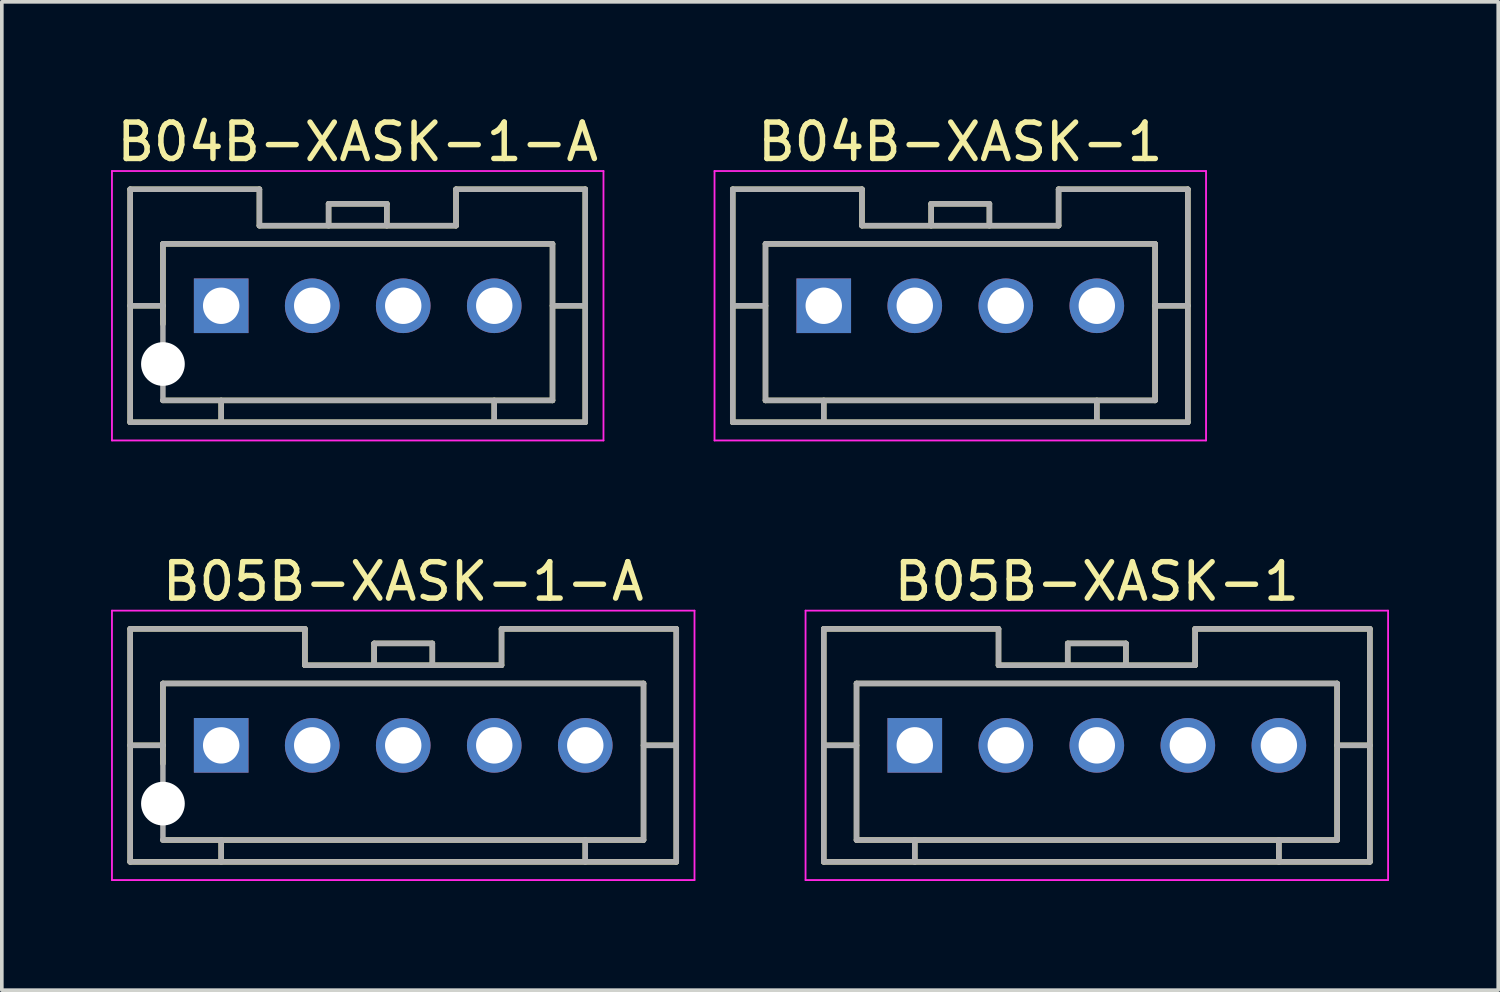
<source format=kicad_pcb>
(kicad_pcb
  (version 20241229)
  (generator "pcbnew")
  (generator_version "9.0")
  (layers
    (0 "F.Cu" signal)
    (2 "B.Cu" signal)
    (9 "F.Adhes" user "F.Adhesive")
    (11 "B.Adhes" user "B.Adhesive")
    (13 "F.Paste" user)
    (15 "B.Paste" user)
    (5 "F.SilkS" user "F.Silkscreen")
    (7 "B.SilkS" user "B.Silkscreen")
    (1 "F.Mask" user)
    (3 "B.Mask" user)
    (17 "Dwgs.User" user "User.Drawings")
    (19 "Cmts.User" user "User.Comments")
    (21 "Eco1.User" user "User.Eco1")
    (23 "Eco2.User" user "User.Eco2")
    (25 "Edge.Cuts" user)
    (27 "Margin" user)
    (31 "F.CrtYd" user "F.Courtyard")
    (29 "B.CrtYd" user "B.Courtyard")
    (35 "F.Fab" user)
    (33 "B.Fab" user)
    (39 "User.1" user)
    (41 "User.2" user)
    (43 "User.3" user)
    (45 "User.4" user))
  (footprint "B05B-XASK-1"
    (layer "F.Cu")
    (at 27.075 17.422)
    (property "Reference" "B05B-XASK-1" (at 0 -4.5 0) (layer "F.SilkS") (effects (font (size 1 1) (thickness 0.15))))
    (attr smd)
    (fp_line (start -7.5 -3.2) (end -7.5 3.2) (stroke (width 0.15) (type solid)) (layer "F.SilkS"))
    (fp_line (start -7.5 -3.2) (end -2.7 -3.2) (stroke (width 0.15) (type solid)) (layer "F.SilkS"))
    (fp_line (start -7.5 0) (end -6.6 0) (stroke (width 0.15) (type solid)) (layer "F.SilkS"))
    (fp_line (start -7.5 3.2) (end 7.5 3.2) (stroke (width 0.15) (type solid)) (layer "F.SilkS"))
    (fp_line (start -6.6 -1.7) (end -6.6 2.6) (stroke (width 0.15) (type solid)) (layer "F.SilkS"))
    (fp_line (start -6.6 -1.7) (end 6.6 -1.7) (stroke (width 0.15) (type solid)) (layer "F.SilkS"))
    (fp_line (start -6.6 2.6) (end 6.6 2.6) (stroke (width 0.15) (type solid)) (layer "F.SilkS"))
    (fp_line (start -5 2.6) (end -5 3.2) (stroke (width 0.15) (type solid)) (layer "F.SilkS"))
    (fp_line (start -2.7 -3.2) (end -2.7 -2.2) (stroke (width 0.15) (type solid)) (layer "F.SilkS"))
    (fp_line (start -2.7 -2.2) (end 2.7 -2.2) (stroke (width 0.15) (type solid)) (layer "F.SilkS"))
    (fp_line (start -0.8 -2.8) (end -0.8 -2.2) (stroke (width 0.15) (type solid)) (layer "F.SilkS"))
    (fp_line (start -0.8 -2.8) (end 0.8 -2.8) (stroke (width 0.15) (type solid)) (layer "F.SilkS"))
    (fp_line (start 0.8 -2.8) (end 0.8 -2.2) (stroke (width 0.15) (type solid)) (layer "F.SilkS"))
    (fp_line (start 2.7 -3.2) (end 2.7 -2.2) (stroke (width 0.15) (type solid)) (layer "F.SilkS"))
    (fp_line (start 2.7 -3.2) (end 7.5 -3.2) (stroke (width 0.15) (type solid)) (layer "F.SilkS"))
    (fp_line (start 5 2.6) (end 5 3.2) (stroke (width 0.15) (type solid)) (layer "F.SilkS"))
    (fp_line (start 6.6 -1.7) (end 6.6 2.6) (stroke (width 0.15) (type solid)) (layer "F.SilkS"))
    (fp_line (start 6.6 0) (end 7.5 0) (stroke (width 0.15) (type solid)) (layer "F.SilkS"))
    (fp_line (start 7.5 -3.2) (end 7.5 3.2) (stroke (width 0.15) (type solid)) (layer "F.SilkS"))
    (fp_line (start -8 -3.7) (end -8 3.7) (stroke (width 0.05) (type solid)) (layer "F.CrtYd"))
    (fp_line (start -8 -3.7) (end 8 -3.7) (stroke (width 0.05) (type solid)) (layer "F.CrtYd"))
    (fp_line (start -8 3.7) (end 8 3.7) (stroke (width 0.05) (type solid)) (layer "F.CrtYd"))
    (fp_line (start 8 -3.7) (end 8 3.7) (stroke (width 0.05) (type solid)) (layer "F.CrtYd"))
    (fp_line (start -7.5 -3.2) (end -7.5 3.2) (stroke (width 0.15) (type solid)) (layer "F.Fab"))
    (fp_line (start -7.5 -3.2) (end -2.7 -3.2) (stroke (width 0.15) (type solid)) (layer "F.Fab"))
    (fp_line (start -7.5 0) (end -6.6 0) (stroke (width 0.15) (type solid)) (layer "F.Fab"))
    (fp_line (start -7.5 3.2) (end 7.5 3.2) (stroke (width 0.15) (type solid)) (layer "F.Fab"))
    (fp_line (start -6.6 -1.7) (end -6.6 2.6) (stroke (width 0.15) (type solid)) (layer "F.Fab"))
    (fp_line (start -6.6 -1.7) (end 6.6 -1.7) (stroke (width 0.15) (type solid)) (layer "F.Fab"))
    (fp_line (start -6.6 2.6) (end 6.6 2.6) (stroke (width 0.15) (type solid)) (layer "F.Fab"))
    (fp_line (start -5 2.6) (end -5 3.2) (stroke (width 0.15) (type solid)) (layer "F.Fab"))
    (fp_line (start -2.7 -3.2) (end -2.7 -2.2) (stroke (width 0.15) (type solid)) (layer "F.Fab"))
    (fp_line (start -2.7 -2.2) (end 2.7 -2.2) (stroke (width 0.15) (type solid)) (layer "F.Fab"))
    (fp_line (start -0.8 -2.8) (end -0.8 -2.2) (stroke (width 0.15) (type solid)) (layer "F.Fab"))
    (fp_line (start -0.8 -2.8) (end 0.8 -2.8) (stroke (width 0.15) (type solid)) (layer "F.Fab"))
    (fp_line (start 0.8 -2.8) (end 0.8 -2.2) (stroke (width 0.15) (type solid)) (layer "F.Fab"))
    (fp_line (start 2.7 -3.2) (end 2.7 -2.2) (stroke (width 0.15) (type solid)) (layer "F.Fab"))
    (fp_line (start 2.7 -3.2) (end 7.5 -3.2) (stroke (width 0.15) (type solid)) (layer "F.Fab"))
    (fp_line (start 5 2.6) (end 5 3.2) (stroke (width 0.15) (type solid)) (layer "F.Fab"))
    (fp_line (start 6.6 -1.7) (end 6.6 2.6) (stroke (width 0.15) (type solid)) (layer "F.Fab"))
    (fp_line (start 6.6 0) (end 7.5 0) (stroke (width 0.15) (type solid)) (layer "F.Fab"))
    (fp_line (start 7.5 -3.2) (end 7.5 3.2) (stroke (width 0.15) (type solid)) (layer "F.Fab"))
    (pad "1" thru_hole rect (at -5 0) (size 1.5 1.5) (drill 1) (layers "*.Cu" "*.Mask"))
    (pad "2" thru_hole circle (at -2.5 0) (size 1.5 1.5) (drill 1) (layers "*.Cu" "*.Mask"))
    (pad "3" thru_hole circle (at 0 0) (size 1.5 1.5) (drill 1) (layers "*.Cu" "*.Mask"))
    (pad "4" thru_hole circle (at 2.5 0) (size 1.5 1.5) (drill 1) (layers "*.Cu" "*.Mask"))
    (pad "5" thru_hole circle (at 5 0) (size 1.5 1.5) (drill 1) (layers "*.Cu" "*.Mask")))
  (footprint "B05B-XASK-1-A"
    (layer "F.Cu")
    (at 8.025 17.422)
    (property "Reference" "B05B-XASK-1-A" (at 0 -4.5 0) (layer "F.SilkS") (effects (font (size 1 1) (thickness 0.15))))
    (attr smd)
    (fp_line (start -7.5 -3.2) (end -7.5 3.2) (stroke (width 0.15) (type solid)) (layer "F.SilkS"))
    (fp_line (start -7.5 -3.2) (end -2.7 -3.2) (stroke (width 0.15) (type solid)) (layer "F.SilkS"))
    (fp_line (start -7.5 0) (end -6.6 0) (stroke (width 0.15) (type solid)) (layer "F.SilkS"))
    (fp_line (start -7.5 3.2) (end 7.5 3.2) (stroke (width 0.15) (type solid)) (layer "F.SilkS"))
    (fp_line (start -6.6 -1.7) (end -6.6 0.5) (stroke (width 0.15) (type solid)) (layer "F.SilkS"))
    (fp_line (start -6.6 -1.7) (end 6.6 -1.7) (stroke (width 0.15) (type solid)) (layer "F.SilkS"))
    (fp_line (start -6.6 2.6) (end 6.6 2.6) (stroke (width 0.15) (type solid)) (layer "F.SilkS"))
    (fp_line (start -5 2.6) (end -5 3.2) (stroke (width 0.15) (type solid)) (layer "F.SilkS"))
    (fp_line (start -2.7 -3.2) (end -2.7 -2.2) (stroke (width 0.15) (type solid)) (layer "F.SilkS"))
    (fp_line (start -2.7 -2.2) (end 2.7 -2.2) (stroke (width 0.15) (type solid)) (layer "F.SilkS"))
    (fp_line (start -0.8 -2.8) (end -0.8 -2.2) (stroke (width 0.15) (type solid)) (layer "F.SilkS"))
    (fp_line (start -0.8 -2.8) (end 0.8 -2.8) (stroke (width 0.15) (type solid)) (layer "F.SilkS"))
    (fp_line (start 0.8 -2.8) (end 0.8 -2.2) (stroke (width 0.15) (type solid)) (layer "F.SilkS"))
    (fp_line (start 2.7 -3.2) (end 2.7 -2.2) (stroke (width 0.15) (type solid)) (layer "F.SilkS"))
    (fp_line (start 2.7 -3.2) (end 7.5 -3.2) (stroke (width 0.15) (type solid)) (layer "F.SilkS"))
    (fp_line (start 5 2.6) (end 5 3.2) (stroke (width 0.15) (type solid)) (layer "F.SilkS"))
    (fp_line (start 6.6 -1.7) (end 6.6 2.6) (stroke (width 0.15) (type solid)) (layer "F.SilkS"))
    (fp_line (start 6.6 0) (end 7.5 0) (stroke (width 0.15) (type solid)) (layer "F.SilkS"))
    (fp_line (start 7.5 -3.2) (end 7.5 3.2) (stroke (width 0.15) (type solid)) (layer "F.SilkS"))
    (fp_line (start -8 -3.7) (end -8 3.7) (stroke (width 0.05) (type solid)) (layer "F.CrtYd"))
    (fp_line (start -8 -3.7) (end 8 -3.7) (stroke (width 0.05) (type solid)) (layer "F.CrtYd"))
    (fp_line (start -8 3.7) (end 8 3.7) (stroke (width 0.05) (type solid)) (layer "F.CrtYd"))
    (fp_line (start 8 -3.7) (end 8 3.7) (stroke (width 0.05) (type solid)) (layer "F.CrtYd"))
    (fp_line (start -7.5 -3.2) (end -7.5 3.2) (stroke (width 0.15) (type solid)) (layer "F.Fab"))
    (fp_line (start -7.5 -3.2) (end -2.7 -3.2) (stroke (width 0.15) (type solid)) (layer "F.Fab"))
    (fp_line (start -7.5 0) (end -6.6 0) (stroke (width 0.15) (type solid)) (layer "F.Fab"))
    (fp_line (start -7.5 3.2) (end 7.5 3.2) (stroke (width 0.15) (type solid)) (layer "F.Fab"))
    (fp_line (start -6.6 -1.7) (end -6.6 2.6) (stroke (width 0.15) (type solid)) (layer "F.Fab"))
    (fp_line (start -6.6 -1.7) (end 6.6 -1.7) (stroke (width 0.15) (type solid)) (layer "F.Fab"))
    (fp_line (start -6.6 2.6) (end 6.6 2.6) (stroke (width 0.15) (type solid)) (layer "F.Fab"))
    (fp_line (start -5 2.6) (end -5 3.2) (stroke (width 0.15) (type solid)) (layer "F.Fab"))
    (fp_line (start -2.7 -3.2) (end -2.7 -2.2) (stroke (width 0.15) (type solid)) (layer "F.Fab"))
    (fp_line (start -2.7 -2.2) (end 2.7 -2.2) (stroke (width 0.15) (type solid)) (layer "F.Fab"))
    (fp_line (start -0.8 -2.8) (end -0.8 -2.2) (stroke (width 0.15) (type solid)) (layer "F.Fab"))
    (fp_line (start -0.8 -2.8) (end 0.8 -2.8) (stroke (width 0.15) (type solid)) (layer "F.Fab"))
    (fp_line (start 0.8 -2.8) (end 0.8 -2.2) (stroke (width 0.15) (type solid)) (layer "F.Fab"))
    (fp_line (start 2.7 -3.2) (end 2.7 -2.2) (stroke (width 0.15) (type solid)) (layer "F.Fab"))
    (fp_line (start 2.7 -3.2) (end 7.5 -3.2) (stroke (width 0.15) (type solid)) (layer "F.Fab"))
    (fp_line (start 5 2.6) (end 5 3.2) (stroke (width 0.15) (type solid)) (layer "F.Fab"))
    (fp_line (start 6.6 -1.7) (end 6.6 2.6) (stroke (width 0.15) (type solid)) (layer "F.Fab"))
    (fp_line (start 6.6 0) (end 7.5 0) (stroke (width 0.15) (type solid)) (layer "F.Fab"))
    (fp_line (start 7.5 -3.2) (end 7.5 3.2) (stroke (width 0.15) (type solid)) (layer "F.Fab"))
    (pad "" np_thru_hole circle (at -6.6 1.6) (size 1.2 1.2) (drill 1.2) (layers "*.Cu" "*.Mask"))
    (pad "1" thru_hole rect (at -5 0) (size 1.5 1.5) (drill 1) (layers "*.Cu" "*.Mask"))
    (pad "2" thru_hole circle (at -2.5 0) (size 1.5 1.5) (drill 1) (layers "*.Cu" "*.Mask"))
    (pad "3" thru_hole circle (at 0 0) (size 1.5 1.5) (drill 1) (layers "*.Cu" "*.Mask"))
    (pad "4" thru_hole circle (at 2.5 0) (size 1.5 1.5) (drill 1) (layers "*.Cu" "*.Mask"))
    (pad "5" thru_hole circle (at 5 0) (size 1.5 1.5) (drill 1) (layers "*.Cu" "*.Mask")))
  (footprint "B04B-XASK-1"
    (layer "F.Cu")
    (at 23.325 5.348)
    (property "Reference" "B04B-XASK-1" (at 0 -4.5 0) (layer "F.SilkS") (effects (font (size 1 1) (thickness 0.15))))
    (attr smd)
    (fp_line (start -6.25 -3.2) (end -6.25 3.2) (stroke (width 0.15) (type solid)) (layer "F.SilkS"))
    (fp_line (start -6.25 -3.2) (end -2.7 -3.2) (stroke (width 0.15) (type solid)) (layer "F.SilkS"))
    (fp_line (start -6.25 0) (end -5.35 0) (stroke (width 0.15) (type solid)) (layer "F.SilkS"))
    (fp_line (start -6.25 3.2) (end 6.25 3.2) (stroke (width 0.15) (type solid)) (layer "F.SilkS"))
    (fp_line (start -5.35 -1.7) (end -5.35 2.6) (stroke (width 0.15) (type solid)) (layer "F.SilkS"))
    (fp_line (start -5.35 -1.7) (end 5.35 -1.7) (stroke (width 0.15) (type solid)) (layer "F.SilkS"))
    (fp_line (start -5.35 2.6) (end 5.35 2.6) (stroke (width 0.15) (type solid)) (layer "F.SilkS"))
    (fp_line (start -3.75 2.6) (end -3.75 3.2) (stroke (width 0.15) (type solid)) (layer "F.SilkS"))
    (fp_line (start -2.7 -3.2) (end -2.7 -2.2) (stroke (width 0.15) (type solid)) (layer "F.SilkS"))
    (fp_line (start -2.7 -2.2) (end 2.7 -2.2) (stroke (width 0.15) (type solid)) (layer "F.SilkS"))
    (fp_line (start -0.8 -2.8) (end -0.8 -2.2) (stroke (width 0.15) (type solid)) (layer "F.SilkS"))
    (fp_line (start -0.8 -2.8) (end 0.8 -2.8) (stroke (width 0.15) (type solid)) (layer "F.SilkS"))
    (fp_line (start 0.8 -2.8) (end 0.8 -2.2) (stroke (width 0.15) (type solid)) (layer "F.SilkS"))
    (fp_line (start 2.7 -3.2) (end 2.7 -2.2) (stroke (width 0.15) (type solid)) (layer "F.SilkS"))
    (fp_line (start 2.7 -3.2) (end 6.25 -3.2) (stroke (width 0.15) (type solid)) (layer "F.SilkS"))
    (fp_line (start 3.75 2.6) (end 3.75 3.2) (stroke (width 0.15) (type solid)) (layer "F.SilkS"))
    (fp_line (start 5.35 -1.7) (end 5.35 2.6) (stroke (width 0.15) (type solid)) (layer "F.SilkS"))
    (fp_line (start 5.35 0) (end 6.25 0) (stroke (width 0.15) (type solid)) (layer "F.SilkS"))
    (fp_line (start 6.25 -3.2) (end 6.25 3.2) (stroke (width 0.15) (type solid)) (layer "F.SilkS"))
    (fp_line (start -6.75 -3.7) (end -6.75 3.7) (stroke (width 0.05) (type solid)) (layer "F.CrtYd"))
    (fp_line (start -6.75 -3.7) (end 6.75 -3.7) (stroke (width 0.05) (type solid)) (layer "F.CrtYd"))
    (fp_line (start -6.75 3.7) (end 6.75 3.7) (stroke (width 0.05) (type solid)) (layer "F.CrtYd"))
    (fp_line (start 6.75 -3.7) (end 6.75 3.7) (stroke (width 0.05) (type solid)) (layer "F.CrtYd"))
    (fp_line (start -6.25 -3.2) (end -6.25 3.2) (stroke (width 0.15) (type solid)) (layer "F.Fab"))
    (fp_line (start -6.25 -3.2) (end -2.7 -3.2) (stroke (width 0.15) (type solid)) (layer "F.Fab"))
    (fp_line (start -6.25 0) (end -5.35 0) (stroke (width 0.15) (type solid)) (layer "F.Fab"))
    (fp_line (start -6.25 3.2) (end 6.25 3.2) (stroke (width 0.15) (type solid)) (layer "F.Fab"))
    (fp_line (start -5.35 -1.7) (end -5.35 2.6) (stroke (width 0.15) (type solid)) (layer "F.Fab"))
    (fp_line (start -5.35 -1.7) (end 5.35 -1.7) (stroke (width 0.15) (type solid)) (layer "F.Fab"))
    (fp_line (start -5.35 2.6) (end 5.35 2.6) (stroke (width 0.15) (type solid)) (layer "F.Fab"))
    (fp_line (start -3.75 2.6) (end -3.75 3.2) (stroke (width 0.15) (type solid)) (layer "F.Fab"))
    (fp_line (start -2.7 -3.2) (end -2.7 -2.2) (stroke (width 0.15) (type solid)) (layer "F.Fab"))
    (fp_line (start -2.7 -2.2) (end 2.7 -2.2) (stroke (width 0.15) (type solid)) (layer "F.Fab"))
    (fp_line (start -0.8 -2.8) (end -0.8 -2.2) (stroke (width 0.15) (type solid)) (layer "F.Fab"))
    (fp_line (start -0.8 -2.8) (end 0.8 -2.8) (stroke (width 0.15) (type solid)) (layer "F.Fab"))
    (fp_line (start 0.8 -2.8) (end 0.8 -2.2) (stroke (width 0.15) (type solid)) (layer "F.Fab"))
    (fp_line (start 2.7 -3.2) (end 2.7 -2.2) (stroke (width 0.15) (type solid)) (layer "F.Fab"))
    (fp_line (start 2.7 -3.2) (end 6.25 -3.2) (stroke (width 0.15) (type solid)) (layer "F.Fab"))
    (fp_line (start 3.75 2.6) (end 3.75 3.2) (stroke (width 0.15) (type solid)) (layer "F.Fab"))
    (fp_line (start 5.35 -1.7) (end 5.35 2.6) (stroke (width 0.15) (type solid)) (layer "F.Fab"))
    (fp_line (start 5.35 0) (end 6.25 0) (stroke (width 0.15) (type solid)) (layer "F.Fab"))
    (fp_line (start 6.25 -3.2) (end 6.25 3.2) (stroke (width 0.15) (type solid)) (layer "F.Fab"))
    (pad "1" thru_hole rect (at -3.75 0) (size 1.5 1.5) (drill 1) (layers "*.Cu" "*.Mask"))
    (pad "2" thru_hole circle (at -1.25 0) (size 1.5 1.5) (drill 1) (layers "*.Cu" "*.Mask"))
    (pad "3" thru_hole circle (at 1.25 0) (size 1.5 1.5) (drill 1) (layers "*.Cu" "*.Mask"))
    (pad "4" thru_hole circle (at 3.75 0) (size 1.5 1.5) (drill 1) (layers "*.Cu" "*.Mask")))
  (footprint "B04B-XASK-1-A"
    (layer "F.Cu")
    (at 6.775 5.348)
    (property "Reference" "B04B-XASK-1-A" (at 0 -4.5 0) (layer "F.SilkS") (effects (font (size 1 1) (thickness 0.15))))
    (attr smd)
    (fp_line (start -6.25 -3.2) (end -6.25 3.2) (stroke (width 0.15) (type solid)) (layer "F.SilkS"))
    (fp_line (start -6.25 -3.2) (end -2.7 -3.2) (stroke (width 0.15) (type solid)) (layer "F.SilkS"))
    (fp_line (start -6.25 0) (end -5.35 0) (stroke (width 0.15) (type solid)) (layer "F.SilkS"))
    (fp_line (start -6.25 3.2) (end 6.25 3.2) (stroke (width 0.15) (type solid)) (layer "F.SilkS"))
    (fp_line (start -5.35 -1.7) (end -5.35 0.5) (stroke (width 0.15) (type solid)) (layer "F.SilkS"))
    (fp_line (start -5.35 -1.7) (end 5.35 -1.7) (stroke (width 0.15) (type solid)) (layer "F.SilkS"))
    (fp_line (start -5.35 2.6) (end 5.35 2.6) (stroke (width 0.15) (type solid)) (layer "F.SilkS"))
    (fp_line (start -3.75 2.6) (end -3.75 3.2) (stroke (width 0.15) (type solid)) (layer "F.SilkS"))
    (fp_line (start -2.7 -3.2) (end -2.7 -2.2) (stroke (width 0.15) (type solid)) (layer "F.SilkS"))
    (fp_line (start -2.7 -2.2) (end 2.7 -2.2) (stroke (width 0.15) (type solid)) (layer "F.SilkS"))
    (fp_line (start -0.8 -2.8) (end -0.8 -2.2) (stroke (width 0.15) (type solid)) (layer "F.SilkS"))
    (fp_line (start -0.8 -2.8) (end 0.8 -2.8) (stroke (width 0.15) (type solid)) (layer "F.SilkS"))
    (fp_line (start 0.8 -2.8) (end 0.8 -2.2) (stroke (width 0.15) (type solid)) (layer "F.SilkS"))
    (fp_line (start 2.7 -3.2) (end 2.7 -2.2) (stroke (width 0.15) (type solid)) (layer "F.SilkS"))
    (fp_line (start 2.7 -3.2) (end 6.25 -3.2) (stroke (width 0.15) (type solid)) (layer "F.SilkS"))
    (fp_line (start 3.75 2.6) (end 3.75 3.2) (stroke (width 0.15) (type solid)) (layer "F.SilkS"))
    (fp_line (start 5.35 -1.7) (end 5.35 2.6) (stroke (width 0.15) (type solid)) (layer "F.SilkS"))
    (fp_line (start 5.35 0) (end 6.25 0) (stroke (width 0.15) (type solid)) (layer "F.SilkS"))
    (fp_line (start 6.25 -3.2) (end 6.25 3.2) (stroke (width 0.15) (type solid)) (layer "F.SilkS"))
    (fp_line (start -6.75 -3.7) (end -6.75 3.7) (stroke (width 0.05) (type solid)) (layer "F.CrtYd"))
    (fp_line (start -6.75 -3.7) (end 6.75 -3.7) (stroke (width 0.05) (type solid)) (layer "F.CrtYd"))
    (fp_line (start -6.75 3.7) (end 6.75 3.7) (stroke (width 0.05) (type solid)) (layer "F.CrtYd"))
    (fp_line (start 6.75 -3.7) (end 6.75 3.7) (stroke (width 0.05) (type solid)) (layer "F.CrtYd"))
    (fp_line (start -6.25 -3.2) (end -6.25 3.2) (stroke (width 0.15) (type solid)) (layer "F.Fab"))
    (fp_line (start -6.25 -3.2) (end -2.7 -3.2) (stroke (width 0.15) (type solid)) (layer "F.Fab"))
    (fp_line (start -6.25 0) (end -5.35 0) (stroke (width 0.15) (type solid)) (layer "F.Fab"))
    (fp_line (start -6.25 3.2) (end 6.25 3.2) (stroke (width 0.15) (type solid)) (layer "F.Fab"))
    (fp_line (start -5.35 -1.7) (end -5.35 2.6) (stroke (width 0.15) (type solid)) (layer "F.Fab"))
    (fp_line (start -5.35 -1.7) (end 5.35 -1.7) (stroke (width 0.15) (type solid)) (layer "F.Fab"))
    (fp_line (start -5.35 2.6) (end 5.35 2.6) (stroke (width 0.15) (type solid)) (layer "F.Fab"))
    (fp_line (start -3.75 2.6) (end -3.75 3.2) (stroke (width 0.15) (type solid)) (layer "F.Fab"))
    (fp_line (start -2.7 -3.2) (end -2.7 -2.2) (stroke (width 0.15) (type solid)) (layer "F.Fab"))
    (fp_line (start -2.7 -2.2) (end 2.7 -2.2) (stroke (width 0.15) (type solid)) (layer "F.Fab"))
    (fp_line (start -0.8 -2.8) (end -0.8 -2.2) (stroke (width 0.15) (type solid)) (layer "F.Fab"))
    (fp_line (start -0.8 -2.8) (end 0.8 -2.8) (stroke (width 0.15) (type solid)) (layer "F.Fab"))
    (fp_line (start 0.8 -2.8) (end 0.8 -2.2) (stroke (width 0.15) (type solid)) (layer "F.Fab"))
    (fp_line (start 2.7 -3.2) (end 2.7 -2.2) (stroke (width 0.15) (type solid)) (layer "F.Fab"))
    (fp_line (start 2.7 -3.2) (end 6.25 -3.2) (stroke (width 0.15) (type solid)) (layer "F.Fab"))
    (fp_line (start 3.75 2.6) (end 3.75 3.2) (stroke (width 0.15) (type solid)) (layer "F.Fab"))
    (fp_line (start 5.35 -1.7) (end 5.35 2.6) (stroke (width 0.15) (type solid)) (layer "F.Fab"))
    (fp_line (start 5.35 0) (end 6.25 0) (stroke (width 0.15) (type solid)) (layer "F.Fab"))
    (fp_line (start 6.25 -3.2) (end 6.25 3.2) (stroke (width 0.15) (type solid)) (layer "F.Fab"))
    (pad "" np_thru_hole circle (at -5.35 1.6) (size 1.2 1.2) (drill 1.2) (layers "*.Cu" "*.Mask"))
    (pad "1" thru_hole rect (at -3.75 0) (size 1.5 1.5) (drill 1) (layers "*.Cu" "*.Mask"))
    (pad "2" thru_hole circle (at -1.25 0) (size 1.5 1.5) (drill 1) (layers "*.Cu" "*.Mask"))
    (pad "3" thru_hole circle (at 1.25 0) (size 1.5 1.5) (drill 1) (layers "*.Cu" "*.Mask"))
    (pad "4" thru_hole circle (at 3.75 0) (size 1.5 1.5) (drill 1) (layers "*.Cu" "*.Mask")))
  (gr_rect
    (start -3 -3)
    (end 38.1 24.146)
    (stroke (width 0.1) (type default))
    (fill no)
    (layer "Edge.Cuts")))
</source>
